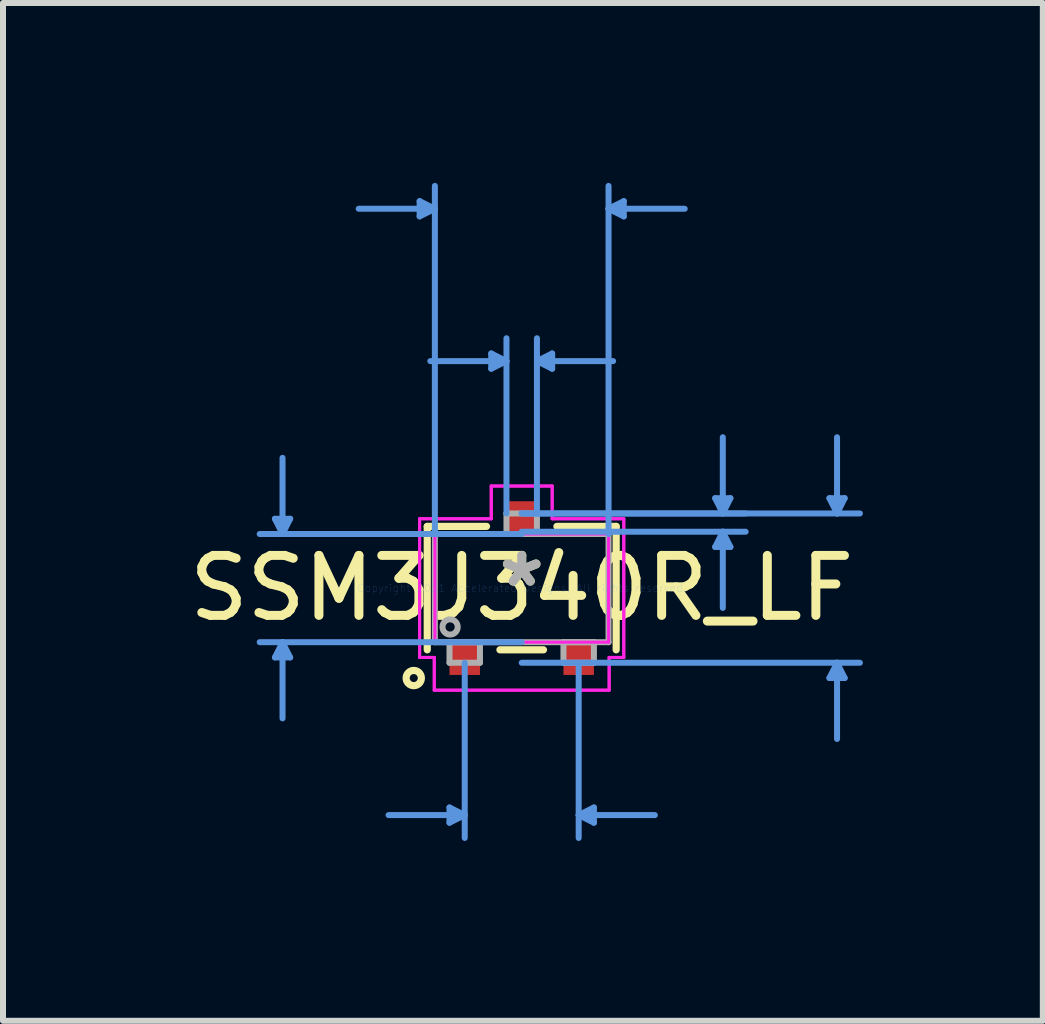
<source format=kicad_pcb>
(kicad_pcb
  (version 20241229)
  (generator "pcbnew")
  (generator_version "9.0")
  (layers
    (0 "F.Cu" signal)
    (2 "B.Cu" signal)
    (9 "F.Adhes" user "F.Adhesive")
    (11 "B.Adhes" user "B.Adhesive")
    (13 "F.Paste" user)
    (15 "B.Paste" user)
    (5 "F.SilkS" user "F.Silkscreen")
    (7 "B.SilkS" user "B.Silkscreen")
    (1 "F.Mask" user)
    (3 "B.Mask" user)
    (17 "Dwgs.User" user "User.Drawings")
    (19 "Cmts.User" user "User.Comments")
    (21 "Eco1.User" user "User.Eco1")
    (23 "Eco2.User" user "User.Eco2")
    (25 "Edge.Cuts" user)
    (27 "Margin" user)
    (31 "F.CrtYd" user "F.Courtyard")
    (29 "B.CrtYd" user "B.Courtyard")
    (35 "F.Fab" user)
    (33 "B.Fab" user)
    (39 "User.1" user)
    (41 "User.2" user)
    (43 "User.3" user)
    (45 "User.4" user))
  (footprint "SSM3J340R_LF"
    (layer "F.Cu")
    (at 5.649 6.756)
    (property "Reference" "SSM3J340R_LF" (at 0 0 0) (layer "F.SilkS") (effects (font (size 1 1) (thickness 0.15))))
    (attr through_hole)
    (fp_line (start -1.575 -1.029) (end -1.575 1.029) (stroke (width 0.12) (type solid)) (layer "F.SilkS"))
    (fp_line (start -0.587 -1.029) (end -1.575 -1.029) (stroke (width 0.12) (type solid)) (layer "F.SilkS"))
    (fp_line (start -0.363 1.029) (end 0.363 1.029) (stroke (width 0.12) (type solid)) (layer "F.SilkS"))
    (fp_line (start 1.575 -1.029) (end 0.587 -1.029) (stroke (width 0.12) (type solid)) (layer "F.SilkS"))
    (fp_line (start 1.575 1.029) (end 1.575 -1.029) (stroke (width 0.12) (type solid)) (layer "F.SilkS"))
    (fp_circle (center -1.8 1.5) (end -1.673 1.5) (stroke (width 0.12) (type solid)) (fill no) (layer "F.SilkS"))
    (fp_line (start -4.115 -1.156) (end -3.861 -1.156) (stroke (width 0.1) (type solid)) (layer "Cmts.User"))
    (fp_line (start -4.115 1.156) (end -3.861 1.156) (stroke (width 0.1) (type solid)) (layer "Cmts.User"))
    (fp_line (start -3.988 -0.902) (end -4.115 -1.156) (stroke (width 0.1) (type solid)) (layer "Cmts.User"))
    (fp_line (start -3.988 -0.902) (end -3.988 -2.172) (stroke (width 0.1) (type solid)) (layer "Cmts.User"))
    (fp_line (start -3.988 -0.902) (end -3.861 -1.156) (stroke (width 0.1) (type solid)) (layer "Cmts.User"))
    (fp_line (start -3.988 0.902) (end -4.115 1.156) (stroke (width 0.1) (type solid)) (layer "Cmts.User"))
    (fp_line (start -3.988 0.902) (end -3.988 2.172) (stroke (width 0.1) (type solid)) (layer "Cmts.User"))
    (fp_line (start -3.988 0.902) (end -3.861 1.156) (stroke (width 0.1) (type solid)) (layer "Cmts.User"))
    (fp_line (start -1.702 -6.452) (end -1.702 -6.198) (stroke (width 0.1) (type solid)) (layer "Cmts.User"))
    (fp_line (start -1.448 -6.325) (end -2.718 -6.325) (stroke (width 0.1) (type solid)) (layer "Cmts.User"))
    (fp_line (start -1.448 -6.325) (end -1.702 -6.452) (stroke (width 0.1) (type solid)) (layer "Cmts.User"))
    (fp_line (start -1.448 -6.325) (end -1.702 -6.198) (stroke (width 0.1) (type solid)) (layer "Cmts.User"))
    (fp_line (start -1.448 -0.902) (end -1.448 -6.706) (stroke (width 0.1) (type solid)) (layer "Cmts.User"))
    (fp_line (start -1.204 3.658) (end -1.204 3.912) (stroke (width 0.1) (type solid)) (layer "Cmts.User"))
    (fp_line (start -0.95 1.245) (end -0.95 4.166) (stroke (width 0.1) (type solid)) (layer "Cmts.User"))
    (fp_line (start -0.95 3.785) (end -2.22 3.785) (stroke (width 0.1) (type solid)) (layer "Cmts.User"))
    (fp_line (start -0.95 3.785) (end -1.204 3.658) (stroke (width 0.1) (type solid)) (layer "Cmts.User"))
    (fp_line (start -0.95 3.785) (end -1.204 3.912) (stroke (width 0.1) (type solid)) (layer "Cmts.User"))
    (fp_line (start -0.508 -3.912) (end -0.508 -3.658) (stroke (width 0.1) (type solid)) (layer "Cmts.User"))
    (fp_line (start -0.254 -3.785) (end -1.524 -3.785) (stroke (width 0.1) (type solid)) (layer "Cmts.User"))
    (fp_line (start -0.254 -3.785) (end -0.508 -3.912) (stroke (width 0.1) (type solid)) (layer "Cmts.User"))
    (fp_line (start -0.254 -3.785) (end -0.508 -3.658) (stroke (width 0.1) (type solid)) (layer "Cmts.User"))
    (fp_line (start -0.254 -1.245) (end -0.254 -4.166) (stroke (width 0.1) (type solid)) (layer "Cmts.User"))
    (fp_line (start 0 -1.245) (end 3.734 -1.245) (stroke (width 0.1) (type solid)) (layer "Cmts.User"))
    (fp_line (start 0 -1.245) (end 5.639 -1.245) (stroke (width 0.1) (type solid)) (layer "Cmts.User"))
    (fp_line (start 0 -0.94) (end 3.734 -0.94) (stroke (width 0.1) (type solid)) (layer "Cmts.User"))
    (fp_line (start 0 -0.902) (end -4.369 -0.902) (stroke (width 0.1) (type solid)) (layer "Cmts.User"))
    (fp_line (start 0 0.902) (end -4.369 0.902) (stroke (width 0.1) (type solid)) (layer "Cmts.User"))
    (fp_line (start 0 1.245) (end 5.639 1.245) (stroke (width 0.1) (type solid)) (layer "Cmts.User"))
    (fp_line (start 0.254 -3.785) (end 0.508 -3.912) (stroke (width 0.1) (type solid)) (layer "Cmts.User"))
    (fp_line (start 0.254 -3.785) (end 0.508 -3.658) (stroke (width 0.1) (type solid)) (layer "Cmts.User"))
    (fp_line (start 0.254 -3.785) (end 1.524 -3.785) (stroke (width 0.1) (type solid)) (layer "Cmts.User"))
    (fp_line (start 0.254 -1.245) (end 0.254 -4.166) (stroke (width 0.1) (type solid)) (layer "Cmts.User"))
    (fp_line (start 0.508 -3.912) (end 0.508 -3.658) (stroke (width 0.1) (type solid)) (layer "Cmts.User"))
    (fp_line (start 0.95 1.245) (end 0.95 4.166) (stroke (width 0.1) (type solid)) (layer "Cmts.User"))
    (fp_line (start 0.95 3.785) (end 1.204 3.658) (stroke (width 0.1) (type solid)) (layer "Cmts.User"))
    (fp_line (start 0.95 3.785) (end 1.204 3.912) (stroke (width 0.1) (type solid)) (layer "Cmts.User"))
    (fp_line (start 0.95 3.785) (end 2.22 3.785) (stroke (width 0.1) (type solid)) (layer "Cmts.User"))
    (fp_line (start 1.204 3.658) (end 1.204 3.912) (stroke (width 0.1) (type solid)) (layer "Cmts.User"))
    (fp_line (start 1.448 -6.325) (end 1.702 -6.452) (stroke (width 0.1) (type solid)) (layer "Cmts.User"))
    (fp_line (start 1.448 -6.325) (end 1.702 -6.198) (stroke (width 0.1) (type solid)) (layer "Cmts.User"))
    (fp_line (start 1.448 -6.325) (end 2.718 -6.325) (stroke (width 0.1) (type solid)) (layer "Cmts.User"))
    (fp_line (start 1.448 -0.902) (end 1.448 -6.706) (stroke (width 0.1) (type solid)) (layer "Cmts.User"))
    (fp_line (start 1.702 -6.452) (end 1.702 -6.198) (stroke (width 0.1) (type solid)) (layer "Cmts.User"))
    (fp_line (start 3.226 -1.499) (end 3.48 -1.499) (stroke (width 0.1) (type solid)) (layer "Cmts.User"))
    (fp_line (start 3.226 -0.686) (end 3.48 -0.686) (stroke (width 0.1) (type solid)) (layer "Cmts.User"))
    (fp_line (start 3.353 -1.245) (end 3.226 -1.499) (stroke (width 0.1) (type solid)) (layer "Cmts.User"))
    (fp_line (start 3.353 -1.245) (end 3.353 -2.515) (stroke (width 0.1) (type solid)) (layer "Cmts.User"))
    (fp_line (start 3.353 -1.245) (end 3.48 -1.499) (stroke (width 0.1) (type solid)) (layer "Cmts.User"))
    (fp_line (start 3.353 -0.94) (end 3.226 -0.686) (stroke (width 0.1) (type solid)) (layer "Cmts.User"))
    (fp_line (start 3.353 -0.94) (end 3.353 0.33) (stroke (width 0.1) (type solid)) (layer "Cmts.User"))
    (fp_line (start 3.353 -0.94) (end 3.48 -0.686) (stroke (width 0.1) (type solid)) (layer "Cmts.User"))
    (fp_line (start 5.131 -1.499) (end 5.385 -1.499) (stroke (width 0.1) (type solid)) (layer "Cmts.User"))
    (fp_line (start 5.131 1.499) (end 5.385 1.499) (stroke (width 0.1) (type solid)) (layer "Cmts.User"))
    (fp_line (start 5.258 -1.245) (end 5.131 -1.499) (stroke (width 0.1) (type solid)) (layer "Cmts.User"))
    (fp_line (start 5.258 -1.245) (end 5.258 -2.515) (stroke (width 0.1) (type solid)) (layer "Cmts.User"))
    (fp_line (start 5.258 -1.245) (end 5.385 -1.499) (stroke (width 0.1) (type solid)) (layer "Cmts.User"))
    (fp_line (start 5.258 1.245) (end 5.131 1.499) (stroke (width 0.1) (type solid)) (layer "Cmts.User"))
    (fp_line (start 5.258 1.245) (end 5.258 2.515) (stroke (width 0.1) (type solid)) (layer "Cmts.User"))
    (fp_line (start 5.258 1.245) (end 5.385 1.499) (stroke (width 0.1) (type solid)) (layer "Cmts.User"))
    (fp_line (start -1.702 -1.156) (end -0.508 -1.156) (stroke (width 0.05) (type solid)) (layer "F.CrtYd"))
    (fp_line (start -1.702 -1.156) (end -0.508 -1.156) (stroke (width 0.05) (type solid)) (layer "F.CrtYd"))
    (fp_line (start -1.702 1.156) (end -1.702 -1.156) (stroke (width 0.05) (type solid)) (layer "F.CrtYd"))
    (fp_line (start -1.702 1.156) (end -1.702 -1.156) (stroke (width 0.05) (type solid)) (layer "F.CrtYd"))
    (fp_line (start -1.702 1.156) (end -1.458 1.156) (stroke (width 0.05) (type solid)) (layer "F.CrtYd"))
    (fp_line (start -1.458 1.156) (end -1.702 1.156) (stroke (width 0.05) (type solid)) (layer "F.CrtYd"))
    (fp_line (start -1.458 1.156) (end -1.458 1.702) (stroke (width 0.05) (type solid)) (layer "F.CrtYd"))
    (fp_line (start -1.458 1.702) (end -1.458 1.156) (stroke (width 0.05) (type solid)) (layer "F.CrtYd"))
    (fp_line (start -1.458 1.702) (end 1.458 1.702) (stroke (width 0.05) (type solid)) (layer "F.CrtYd"))
    (fp_line (start -1.448 -0.902) (end 1.448 -0.902) (stroke (width 0.05) (type solid)) (layer "F.CrtYd"))
    (fp_line (start -1.448 0.902) (end -1.448 -0.902) (stroke (width 0.05) (type solid)) (layer "F.CrtYd"))
    (fp_line (start -0.508 -1.702) (end 0.508 -1.702) (stroke (width 0.05) (type solid)) (layer "F.CrtYd"))
    (fp_line (start -0.508 -1.702) (end 0.508 -1.702) (stroke (width 0.05) (type solid)) (layer "F.CrtYd"))
    (fp_line (start -0.508 -1.156) (end -0.508 -1.702) (stroke (width 0.05) (type solid)) (layer "F.CrtYd"))
    (fp_line (start -0.508 -1.156) (end -0.508 -1.702) (stroke (width 0.05) (type solid)) (layer "F.CrtYd"))
    (fp_line (start 0.508 -1.702) (end 0.508 -1.156) (stroke (width 0.05) (type solid)) (layer "F.CrtYd"))
    (fp_line (start 0.508 -1.156) (end 0.508 -1.702) (stroke (width 0.05) (type solid)) (layer "F.CrtYd"))
    (fp_line (start 0.508 -1.156) (end 1.702 -1.156) (stroke (width 0.05) (type solid)) (layer "F.CrtYd"))
    (fp_line (start 1.448 -0.902) (end 1.448 0.902) (stroke (width 0.05) (type solid)) (layer "F.CrtYd"))
    (fp_line (start 1.448 0.902) (end -1.448 0.902) (stroke (width 0.05) (type solid)) (layer "F.CrtYd"))
    (fp_line (start 1.458 1.156) (end 1.458 1.702) (stroke (width 0.05) (type solid)) (layer "F.CrtYd"))
    (fp_line (start 1.458 1.156) (end 1.458 1.702) (stroke (width 0.05) (type solid)) (layer "F.CrtYd"))
    (fp_line (start 1.458 1.702) (end -1.458 1.702) (stroke (width 0.05) (type solid)) (layer "F.CrtYd"))
    (fp_line (start 1.702 -1.156) (end 0.508 -1.156) (stroke (width 0.05) (type solid)) (layer "F.CrtYd"))
    (fp_line (start 1.702 -1.156) (end 1.702 1.156) (stroke (width 0.05) (type solid)) (layer "F.CrtYd"))
    (fp_line (start 1.702 -1.156) (end 1.702 1.156) (stroke (width 0.05) (type solid)) (layer "F.CrtYd"))
    (fp_line (start 1.702 1.156) (end 1.458 1.156) (stroke (width 0.05) (type solid)) (layer "F.CrtYd"))
    (fp_line (start 1.702 1.156) (end 1.458 1.156) (stroke (width 0.05) (type solid)) (layer "F.CrtYd"))
    (fp_line (start -1.448 -0.902) (end -1.448 0.902) (stroke (width 0.1) (type solid)) (layer "F.Fab"))
    (fp_line (start -1.448 0.902) (end 1.448 0.902) (stroke (width 0.1) (type solid)) (layer "F.Fab"))
    (fp_line (start -1.204 0.902) (end -1.204 1.245) (stroke (width 0.1) (type solid)) (layer "F.Fab"))
    (fp_line (start -1.204 1.245) (end -0.696 1.245) (stroke (width 0.1) (type solid)) (layer "F.Fab"))
    (fp_line (start -0.696 0.902) (end -1.204 0.902) (stroke (width 0.1) (type solid)) (layer "F.Fab"))
    (fp_line (start -0.696 1.245) (end -0.696 0.902) (stroke (width 0.1) (type solid)) (layer "F.Fab"))
    (fp_line (start -0.254 -1.245) (end -0.254 -0.902) (stroke (width 0.1) (type solid)) (layer "F.Fab"))
    (fp_line (start -0.254 -0.902) (end 0.254 -0.902) (stroke (width 0.1) (type solid)) (layer "F.Fab"))
    (fp_line (start 0.254 -1.245) (end -0.254 -1.245) (stroke (width 0.1) (type solid)) (layer "F.Fab"))
    (fp_line (start 0.254 -0.902) (end 0.254 -1.245) (stroke (width 0.1) (type solid)) (layer "F.Fab"))
    (fp_line (start 0.696 0.902) (end 0.696 1.245) (stroke (width 0.1) (type solid)) (layer "F.Fab"))
    (fp_line (start 0.696 1.245) (end 1.204 1.245) (stroke (width 0.1) (type solid)) (layer "F.Fab"))
    (fp_line (start 1.204 0.902) (end 0.696 0.902) (stroke (width 0.1) (type solid)) (layer "F.Fab"))
    (fp_line (start 1.204 1.245) (end 1.204 0.902) (stroke (width 0.1) (type solid)) (layer "F.Fab"))
    (fp_line (start 1.448 -0.902) (end -1.448 -0.902) (stroke (width 0.1) (type solid)) (layer "F.Fab"))
    (fp_line (start 1.448 0.902) (end 1.448 -0.902) (stroke (width 0.1) (type solid)) (layer "F.Fab"))
    (fp_circle (center -1.194 0.648) (end -1.067 0.648) (stroke (width 0.1) (type solid)) (fill no) (layer "F.Fab"))
    (fp_text user "*" (at 0 0 0) (layer "F.SilkS") (effects (font (size 1 1) (thickness 0.15))))
    (fp_text user "Copyright 2021 Accelerated Designs. All rights reserved." (at 0 0 0) (layer "Cmts.User") (effects (font (size 0.127 0.127) (thickness 0.002))))
    (fp_text user "*" (at 0 0 0) (layer "F.Fab") (effects (font (size 1 1) (thickness 0.15))))
    (pad "1" smd rect (at -0.95 1.194) (size 0.508 0.508) (layers "F.Cu" "F.Mask" "F.Paste"))
    (pad "2" smd rect (at 0.95 1.194) (size 0.508 0.508) (layers "F.Cu" "F.Mask" "F.Paste"))
    (pad "3" smd rect (at 0 -1.194) (size 0.508 0.508) (layers "F.Cu" "F.Mask" "F.Paste")))
  (gr_rect
    (start -3 -3)
    (end 14.338 13.971)
    (stroke (width 0.1) (type default))
    (fill no)
    (layer "Edge.Cuts")))
</source>
